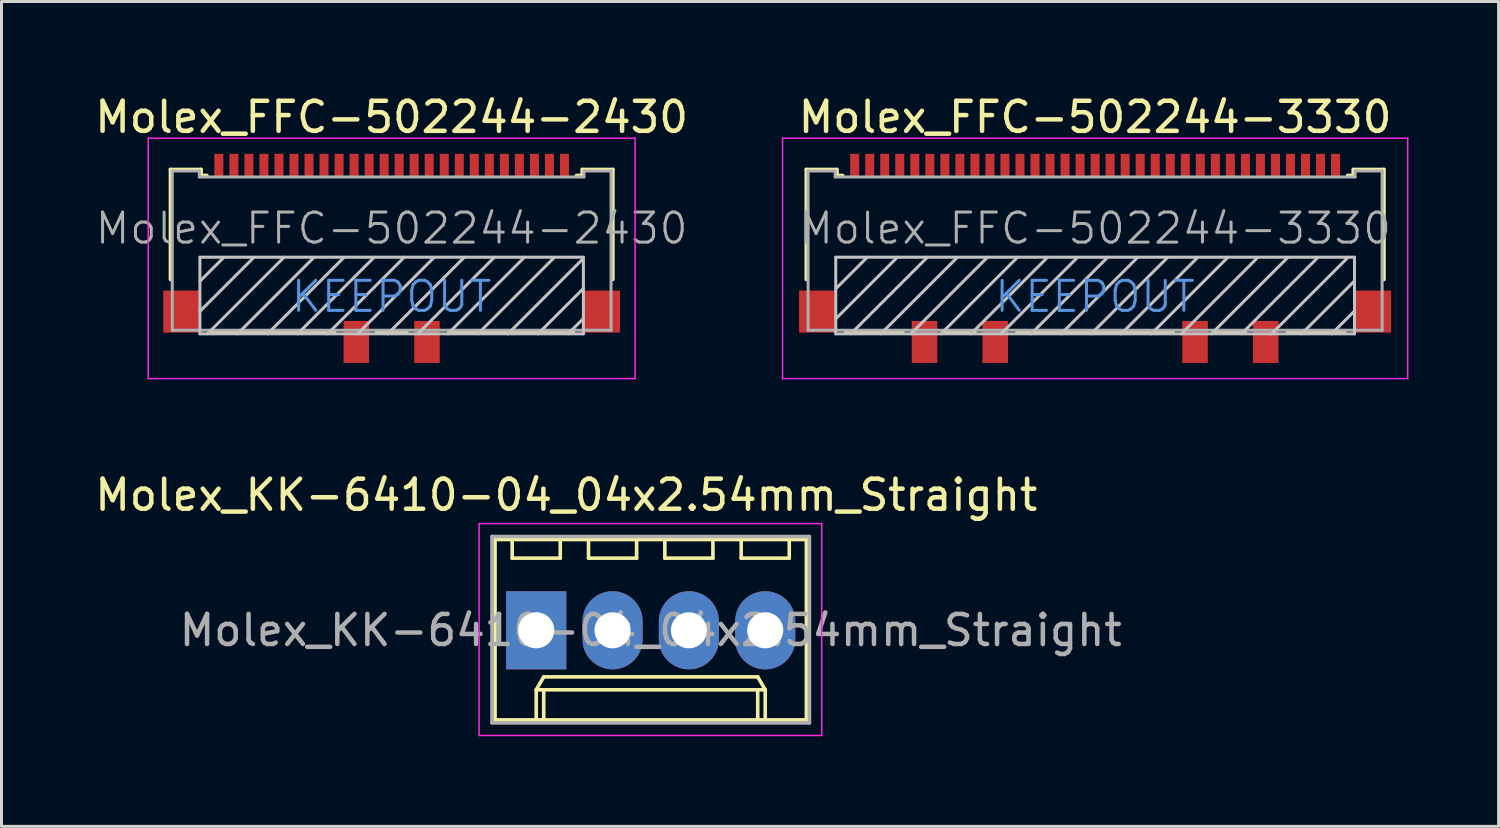
<source format=kicad_pcb>
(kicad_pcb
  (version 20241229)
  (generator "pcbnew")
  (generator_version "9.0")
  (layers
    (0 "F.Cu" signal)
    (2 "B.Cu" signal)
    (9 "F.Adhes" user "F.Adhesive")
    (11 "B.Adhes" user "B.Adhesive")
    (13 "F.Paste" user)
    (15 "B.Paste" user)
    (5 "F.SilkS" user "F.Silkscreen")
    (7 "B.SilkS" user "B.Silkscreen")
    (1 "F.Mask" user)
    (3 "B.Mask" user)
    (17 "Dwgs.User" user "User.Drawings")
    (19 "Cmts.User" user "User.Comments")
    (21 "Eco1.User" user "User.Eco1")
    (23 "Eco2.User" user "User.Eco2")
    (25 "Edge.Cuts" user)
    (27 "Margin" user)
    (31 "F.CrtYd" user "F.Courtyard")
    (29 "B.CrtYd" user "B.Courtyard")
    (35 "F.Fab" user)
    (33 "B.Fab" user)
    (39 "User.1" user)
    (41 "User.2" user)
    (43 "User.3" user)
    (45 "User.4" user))
  (footprint "Molex_FFC-502244-2430"
    (layer "F.Cu")
    (at 9.982 5.548)
    (property "Reference" "Molex_FFC-502244-2430" (at 0 -4.7 0) (layer "F.SilkS") (effects (font (size 1 1) (thickness 0.15))))
    (attr smd)
    (fp_line (start -7.36 -2.96) (end -6.35 -2.96) (stroke (width 0.12) (type solid)) (layer "F.SilkS"))
    (fp_line (start -7.36 0.7) (end -7.36 -2.96) (stroke (width 0.12) (type solid)) (layer "F.SilkS"))
    (fp_line (start -6.34 -2.76) (end -6.34 -2.96) (stroke (width 0.12) (type solid)) (layer "F.SilkS"))
    (fp_line (start -6.34 -2.76) (end -6.15 -2.76) (stroke (width 0.12) (type solid)) (layer "F.SilkS"))
    (fp_line (start -6.05 2.45) (end -1.9 2.45) (stroke (width 0.12) (type solid)) (layer "F.SilkS"))
    (fp_line (start -0.5 2.45) (end 0.5 2.45) (stroke (width 0.12) (type solid)) (layer "F.SilkS"))
    (fp_line (start 1.9 2.45) (end 6.05 2.45) (stroke (width 0.12) (type solid)) (layer "F.SilkS"))
    (fp_line (start 6.34 -2.96) (end 6.34 -2.76) (stroke (width 0.12) (type solid)) (layer "F.SilkS"))
    (fp_line (start 6.34 -2.76) (end 6.15 -2.76) (stroke (width 0.12) (type solid)) (layer "F.SilkS"))
    (fp_line (start 6.35 -2.96) (end 7.36 -2.96) (stroke (width 0.12) (type solid)) (layer "F.SilkS"))
    (fp_line (start 7.36 -2.96) (end 7.36 0.7) (stroke (width 0.12) (type solid)) (layer "F.SilkS"))
    (fp_line (start -6.38 -0.04) (end 6.38 -0.04) (stroke (width 0.1) (type solid)) (layer "Dwgs.User"))
    (fp_line (start -6.38 0.76) (end -5.58 -0.04) (stroke (width 0.1) (type solid)) (layer "Dwgs.User"))
    (fp_line (start -6.38 1.76) (end -4.58 -0.04) (stroke (width 0.1) (type solid)) (layer "Dwgs.User"))
    (fp_line (start -6.38 2.51) (end -6.38 -0.04) (stroke (width 0.1) (type solid)) (layer "Dwgs.User"))
    (fp_line (start -6.13 2.51) (end -3.58 -0.04) (stroke (width 0.1) (type solid)) (layer "Dwgs.User"))
    (fp_line (start -5.13 2.51) (end -2.58 -0.04) (stroke (width 0.1) (type solid)) (layer "Dwgs.User"))
    (fp_line (start -4.13 2.51) (end -1.58 -0.04) (stroke (width 0.1) (type solid)) (layer "Dwgs.User"))
    (fp_line (start -3.13 2.51) (end -0.58 -0.04) (stroke (width 0.1) (type solid)) (layer "Dwgs.User"))
    (fp_line (start -2.13 2.51) (end 0.42 -0.04) (stroke (width 0.1) (type solid)) (layer "Dwgs.User"))
    (fp_line (start -1.13 2.51) (end 1.42 -0.04) (stroke (width 0.1) (type solid)) (layer "Dwgs.User"))
    (fp_line (start -0.13 2.51) (end 2.42 -0.04) (stroke (width 0.1) (type solid)) (layer "Dwgs.User"))
    (fp_line (start 0.87 2.51) (end 3.42 -0.04) (stroke (width 0.1) (type solid)) (layer "Dwgs.User"))
    (fp_line (start 1.87 2.51) (end 4.42 -0.04) (stroke (width 0.1) (type solid)) (layer "Dwgs.User"))
    (fp_line (start 2.87 2.51) (end 5.42 -0.04) (stroke (width 0.1) (type solid)) (layer "Dwgs.User"))
    (fp_line (start 3.87 2.51) (end 6.38 0) (stroke (width 0.1) (type solid)) (layer "Dwgs.User"))
    (fp_line (start 4.87 2.51) (end 6.38 1) (stroke (width 0.1) (type solid)) (layer "Dwgs.User"))
    (fp_line (start 5.87 2.51) (end 6.38 2) (stroke (width 0.1) (type solid)) (layer "Dwgs.User"))
    (fp_line (start 6.38 -0.04) (end 6.38 2.51) (stroke (width 0.1) (type solid)) (layer "Dwgs.User"))
    (fp_line (start 6.38 2.51) (end -6.38 2.51) (stroke (width 0.1) (type solid)) (layer "Dwgs.User"))
    (fp_line (start -8.1 -4) (end 8.1 -4) (stroke (width 0.05) (type solid)) (layer "F.CrtYd"))
    (fp_line (start -8.1 4) (end -8.1 -4) (stroke (width 0.05) (type solid)) (layer "F.CrtYd"))
    (fp_line (start 8.1 -4) (end 8.1 4) (stroke (width 0.05) (type solid)) (layer "F.CrtYd"))
    (fp_line (start 8.1 4) (end -8.1 4) (stroke (width 0.05) (type solid)) (layer "F.CrtYd"))
    (fp_line (start -7.3 -2.91) (end -7.3 2.39) (stroke (width 0.1) (type solid)) (layer "F.Fab"))
    (fp_line (start -7.3 2.39) (end 7.3 2.39) (stroke (width 0.1) (type solid)) (layer "F.Fab"))
    (fp_line (start -6.4 -2.91) (end -7.3 -2.91) (stroke (width 0.1) (type solid)) (layer "F.Fab"))
    (fp_line (start -6.4 -2.71) (end -6.4 -2.91) (stroke (width 0.1) (type solid)) (layer "F.Fab"))
    (fp_line (start 6.4 -2.91) (end 6.4 -2.71) (stroke (width 0.1) (type solid)) (layer "F.Fab"))
    (fp_line (start 6.4 -2.71) (end -6.4 -2.71) (stroke (width 0.1) (type solid)) (layer "F.Fab"))
    (fp_line (start 7.3 -2.91) (end 6.4 -2.91) (stroke (width 0.1) (type solid)) (layer "F.Fab"))
    (fp_line (start 7.3 -2.91) (end 7.3 2.39) (stroke (width 0.1) (type solid)) (layer "F.Fab"))
    (fp_text user "KEEPOUT" (at 0 1.271 0) (layer "Cmts.User") (effects (font (size 1 1) (thickness 0.1))))
    (fp_text user "${REFERENCE}" (at 0 -1 0) (layer "F.Fab") (effects (font (size 1 1) (thickness 0.1))))
    (pad "1" smd rect (at -5.75 -3.08) (size 0.3 0.8) (layers "F.Cu" "F.Mask" "F.Paste"))
    (pad "2" smd rect (at -5.25 -3.08) (size 0.3 0.8) (layers "F.Cu" "F.Mask" "F.Paste"))
    (pad "3" smd rect (at -4.75 -3.08) (size 0.3 0.8) (layers "F.Cu" "F.Mask" "F.Paste"))
    (pad "4" smd rect (at -4.25 -3.08) (size 0.3 0.8) (layers "F.Cu" "F.Mask" "F.Paste"))
    (pad "5" smd rect (at -3.75 -3.08) (size 0.3 0.8) (layers "F.Cu" "F.Mask" "F.Paste"))
    (pad "6" smd rect (at -3.25 -3.08) (size 0.3 0.8) (layers "F.Cu" "F.Mask" "F.Paste"))
    (pad "7" smd rect (at -2.75 -3.08) (size 0.3 0.8) (layers "F.Cu" "F.Mask" "F.Paste"))
    (pad "8" smd rect (at -2.25 -3.08) (size 0.3 0.8) (layers "F.Cu" "F.Mask" "F.Paste"))
    (pad "9" smd rect (at -1.75 -3.08) (size 0.3 0.8) (layers "F.Cu" "F.Mask" "F.Paste"))
    (pad "10" smd rect (at -1.25 -3.08) (size 0.3 0.8) (layers "F.Cu" "F.Mask" "F.Paste"))
    (pad "11" smd rect (at -0.75 -3.08) (size 0.3 0.8) (layers "F.Cu" "F.Mask" "F.Paste"))
    (pad "12" smd rect (at -0.25 -3.08) (size 0.3 0.8) (layers "F.Cu" "F.Mask" "F.Paste"))
    (pad "13" smd rect (at 0.25 -3.08) (size 0.3 0.8) (layers "F.Cu" "F.Mask" "F.Paste"))
    (pad "14" smd rect (at 0.75 -3.08) (size 0.3 0.8) (layers "F.Cu" "F.Mask" "F.Paste"))
    (pad "15" smd rect (at 1.25 -3.08) (size 0.3 0.8) (layers "F.Cu" "F.Mask" "F.Paste"))
    (pad "16" smd rect (at 1.75 -3.08) (size 0.3 0.8) (layers "F.Cu" "F.Mask" "F.Paste"))
    (pad "17" smd rect (at 2.25 -3.08) (size 0.3 0.8) (layers "F.Cu" "F.Mask" "F.Paste"))
    (pad "18" smd rect (at 2.75 -3.08) (size 0.3 0.8) (layers "F.Cu" "F.Mask" "F.Paste"))
    (pad "19" smd rect (at 3.25 -3.08) (size 0.3 0.8) (layers "F.Cu" "F.Mask" "F.Paste"))
    (pad "20" smd rect (at 3.75 -3.08) (size 0.3 0.8) (layers "F.Cu" "F.Mask" "F.Paste"))
    (pad "21" smd rect (at 4.25 -3.08) (size 0.3 0.8) (layers "F.Cu" "F.Mask" "F.Paste"))
    (pad "22" smd rect (at 4.75 -3.08) (size 0.3 0.8) (layers "F.Cu" "F.Mask" "F.Paste"))
    (pad "23" smd rect (at 5.25 -3.08) (size 0.3 0.8) (layers "F.Cu" "F.Mask" "F.Paste"))
    (pad "24" smd rect (at 5.75 -3.08) (size 0.3 0.8) (layers "F.Cu" "F.Mask" "F.Paste"))
    (pad "25" smd rect (at -6.99 1.77) (size 1.22 1.4) (layers "F.Cu" "F.Mask" "F.Paste"))
    (pad "25" smd rect (at -1.175 2.78) (size 0.85 1.4) (layers "F.Cu" "F.Mask" "F.Paste"))
    (pad "25" smd rect (at 1.175 2.78) (size 0.85 1.4) (layers "F.Cu" "F.Mask" "F.Paste"))
    (pad "25" smd rect (at 6.99 1.77) (size 1.22 1.4) (layers "F.Cu" "F.Mask" "F.Paste")))
  (footprint "Molex_KK-6410-04_04x2.54mm_Straight"
    (layer "F.Cu")
    (at 14.792 17.922)
    (property "Reference" "Molex_KK-6410-04_04x2.54mm_Straight" (at 1 -4.5 0) (layer "F.SilkS") (effects (font (size 1 1) (thickness 0.15))))
    (attr through_hole)
    (fp_line (start -1.37 -3.02) (end -1.37 2.98) (stroke (width 0.12) (type solid)) (layer "F.SilkS"))
    (fp_line (start -1.37 2.98) (end 8.99 2.98) (stroke (width 0.12) (type solid)) (layer "F.SilkS"))
    (fp_line (start -0.8 -3.02) (end -0.8 -2.4) (stroke (width 0.12) (type solid)) (layer "F.SilkS"))
    (fp_line (start -0.8 -2.4) (end 0.8 -2.4) (stroke (width 0.12) (type solid)) (layer "F.SilkS"))
    (fp_line (start 0 1.98) (end 0.25 1.55) (stroke (width 0.12) (type solid)) (layer "F.SilkS"))
    (fp_line (start 0 1.98) (end 7.62 1.98) (stroke (width 0.12) (type solid)) (layer "F.SilkS"))
    (fp_line (start 0 2.98) (end 0 1.98) (stroke (width 0.12) (type solid)) (layer "F.SilkS"))
    (fp_line (start 0.25 1.55) (end 7.37 1.55) (stroke (width 0.12) (type solid)) (layer "F.SilkS"))
    (fp_line (start 0.25 2.98) (end 0.25 1.98) (stroke (width 0.12) (type solid)) (layer "F.SilkS"))
    (fp_line (start 0.8 -2.4) (end 0.8 -3.02) (stroke (width 0.12) (type solid)) (layer "F.SilkS"))
    (fp_line (start 1.74 -3.02) (end 1.74 -2.4) (stroke (width 0.12) (type solid)) (layer "F.SilkS"))
    (fp_line (start 1.74 -2.4) (end 3.34 -2.4) (stroke (width 0.12) (type solid)) (layer "F.SilkS"))
    (fp_line (start 3.34 -2.4) (end 3.34 -3.02) (stroke (width 0.12) (type solid)) (layer "F.SilkS"))
    (fp_line (start 4.28 -3.02) (end 4.28 -2.4) (stroke (width 0.12) (type solid)) (layer "F.SilkS"))
    (fp_line (start 4.28 -2.4) (end 5.88 -2.4) (stroke (width 0.12) (type solid)) (layer "F.SilkS"))
    (fp_line (start 5.88 -2.4) (end 5.88 -3.02) (stroke (width 0.12) (type solid)) (layer "F.SilkS"))
    (fp_line (start 6.82 -3.02) (end 6.82 -2.4) (stroke (width 0.12) (type solid)) (layer "F.SilkS"))
    (fp_line (start 6.82 -2.4) (end 8.42 -2.4) (stroke (width 0.12) (type solid)) (layer "F.SilkS"))
    (fp_line (start 7.37 1.55) (end 7.62 1.98) (stroke (width 0.12) (type solid)) (layer "F.SilkS"))
    (fp_line (start 7.37 2.98) (end 7.37 1.98) (stroke (width 0.12) (type solid)) (layer "F.SilkS"))
    (fp_line (start 7.62 1.98) (end 7.62 2.98) (stroke (width 0.12) (type solid)) (layer "F.SilkS"))
    (fp_line (start 8.42 -2.4) (end 8.42 -3.02) (stroke (width 0.12) (type solid)) (layer "F.SilkS"))
    (fp_line (start 8.99 -3.02) (end -1.37 -3.02) (stroke (width 0.12) (type solid)) (layer "F.SilkS"))
    (fp_line (start 8.99 2.98) (end 8.99 -3.02) (stroke (width 0.12) (type solid)) (layer "F.SilkS"))
    (fp_line (start -1.9 -3.55) (end 9.5 -3.55) (stroke (width 0.05) (type solid)) (layer "F.CrtYd"))
    (fp_line (start -1.9 3.5) (end -1.9 -3.55) (stroke (width 0.05) (type solid)) (layer "F.CrtYd"))
    (fp_line (start 9.5 -3.55) (end 9.5 3.5) (stroke (width 0.05) (type solid)) (layer "F.CrtYd"))
    (fp_line (start 9.5 3.5) (end -1.9 3.5) (stroke (width 0.05) (type solid)) (layer "F.CrtYd"))
    (fp_line (start -1.47 -3.12) (end -1.47 3.08) (stroke (width 0.12) (type solid)) (layer "F.Fab"))
    (fp_line (start -1.47 3.08) (end 9.09 3.08) (stroke (width 0.12) (type solid)) (layer "F.Fab"))
    (fp_line (start 9.09 -3.12) (end -1.47 -3.12) (stroke (width 0.12) (type solid)) (layer "F.Fab"))
    (fp_line (start 9.09 3.08) (end 9.09 -3.12) (stroke (width 0.12) (type solid)) (layer "F.Fab"))
    (fp_text user "${REFERENCE}" (at 3.81 0 0) (layer "F.Fab") (effects (font (size 1 1) (thickness 0.15))))
    (pad "1" thru_hole rect (at 0 0) (size 2 2.6) (drill 1.2) (layers "*.Cu" "*.Mask"))
    (pad "2" thru_hole oval (at 2.54 0) (size 2 2.6) (drill 1.2) (layers "*.Cu" "*.Mask"))
    (pad "3" thru_hole oval (at 5.08 0) (size 2 2.6) (drill 1.2) (layers "*.Cu" "*.Mask"))
    (pad "4" thru_hole oval (at 7.62 0) (size 2 2.6) (drill 1.2) (layers "*.Cu" "*.Mask")))
  (footprint "Molex_FFC-502244-3330"
    (layer "F.Cu")
    (at 33.389 5.548)
    (property "Reference" "Molex_FFC-502244-3330" (at 0 -4.7 0) (layer "F.SilkS") (effects (font (size 1 1) (thickness 0.15))))
    (attr smd)
    (fp_line (start -9.61 -2.96) (end -8.6 -2.96) (stroke (width 0.12) (type solid)) (layer "F.SilkS"))
    (fp_line (start -9.61 0.7) (end -9.61 -2.96) (stroke (width 0.12) (type solid)) (layer "F.SilkS"))
    (fp_line (start -8.59 -2.76) (end -8.59 -2.96) (stroke (width 0.12) (type solid)) (layer "F.SilkS"))
    (fp_line (start -8.59 -2.76) (end -8.4 -2.76) (stroke (width 0.12) (type solid)) (layer "F.SilkS"))
    (fp_line (start -8.3 2.45) (end -6.4 2.45) (stroke (width 0.12) (type solid)) (layer "F.SilkS"))
    (fp_line (start -4 2.45) (end -5 2.45) (stroke (width 0.12) (type solid)) (layer "F.SilkS"))
    (fp_line (start -2.6 2.45) (end 2.6 2.45) (stroke (width 0.12) (type solid)) (layer "F.SilkS"))
    (fp_line (start 4 2.45) (end 5 2.45) (stroke (width 0.12) (type solid)) (layer "F.SilkS"))
    (fp_line (start 6.4 2.45) (end 8.3 2.45) (stroke (width 0.12) (type solid)) (layer "F.SilkS"))
    (fp_line (start 8.59 -2.96) (end 8.59 -2.76) (stroke (width 0.12) (type solid)) (layer "F.SilkS"))
    (fp_line (start 8.59 -2.76) (end 8.4 -2.76) (stroke (width 0.12) (type solid)) (layer "F.SilkS"))
    (fp_line (start 8.6 -2.96) (end 9.61 -2.96) (stroke (width 0.12) (type solid)) (layer "F.SilkS"))
    (fp_line (start 9.61 -2.96) (end 9.61 0.7) (stroke (width 0.12) (type solid)) (layer "F.SilkS"))
    (fp_line (start -8.63 -0.04) (end -8.63 2.51) (stroke (width 0.1) (type solid)) (layer "Dwgs.User"))
    (fp_line (start -8.63 1.01) (end -7.58 -0.04) (stroke (width 0.1) (type solid)) (layer "Dwgs.User"))
    (fp_line (start -8.63 2.01) (end -6.58 -0.04) (stroke (width 0.1) (type solid)) (layer "Dwgs.User"))
    (fp_line (start -8.63 2.51) (end 8.63 2.51) (stroke (width 0.1) (type solid)) (layer "Dwgs.User"))
    (fp_line (start -8.13 2.51) (end -5.58 -0.04) (stroke (width 0.1) (type solid)) (layer "Dwgs.User"))
    (fp_line (start -7.13 2.51) (end -4.58 -0.04) (stroke (width 0.1) (type solid)) (layer "Dwgs.User"))
    (fp_line (start -6.13 2.51) (end -3.58 -0.04) (stroke (width 0.1) (type solid)) (layer "Dwgs.User"))
    (fp_line (start -5.13 2.51) (end -2.58 -0.04) (stroke (width 0.1) (type solid)) (layer "Dwgs.User"))
    (fp_line (start -4.13 2.51) (end -1.58 -0.04) (stroke (width 0.1) (type solid)) (layer "Dwgs.User"))
    (fp_line (start -3.13 2.51) (end -0.58 -0.04) (stroke (width 0.1) (type solid)) (layer "Dwgs.User"))
    (fp_line (start -2.13 2.51) (end 0.42 -0.04) (stroke (width 0.1) (type solid)) (layer "Dwgs.User"))
    (fp_line (start -1.13 2.51) (end 1.42 -0.04) (stroke (width 0.1) (type solid)) (layer "Dwgs.User"))
    (fp_line (start -0.13 2.51) (end 2.42 -0.04) (stroke (width 0.1) (type solid)) (layer "Dwgs.User"))
    (fp_line (start 0.87 2.51) (end 3.42 -0.04) (stroke (width 0.1) (type solid)) (layer "Dwgs.User"))
    (fp_line (start 1.87 2.51) (end 4.42 -0.04) (stroke (width 0.1) (type solid)) (layer "Dwgs.User"))
    (fp_line (start 2.87 2.51) (end 5.42 -0.04) (stroke (width 0.1) (type solid)) (layer "Dwgs.User"))
    (fp_line (start 3.87 2.51) (end 6.42 -0.04) (stroke (width 0.1) (type solid)) (layer "Dwgs.User"))
    (fp_line (start 4.87 2.51) (end 7.42 -0.04) (stroke (width 0.1) (type solid)) (layer "Dwgs.User"))
    (fp_line (start 5.87 2.51) (end 8.42 -0.04) (stroke (width 0.1) (type solid)) (layer "Dwgs.User"))
    (fp_line (start 6.87 2.51) (end 8.63 0.75) (stroke (width 0.1) (type solid)) (layer "Dwgs.User"))
    (fp_line (start 7.87 2.51) (end 8.63 1.75) (stroke (width 0.1) (type solid)) (layer "Dwgs.User"))
    (fp_line (start 8.63 -0.04) (end -8.63 -0.04) (stroke (width 0.1) (type solid)) (layer "Dwgs.User"))
    (fp_line (start 8.63 -0.04) (end 8.63 2.51) (stroke (width 0.1) (type solid)) (layer "Dwgs.User"))
    (fp_line (start -10.4 -4) (end 10.4 -4) (stroke (width 0.05) (type solid)) (layer "F.CrtYd"))
    (fp_line (start -10.4 4) (end -10.4 -4) (stroke (width 0.05) (type solid)) (layer "F.CrtYd"))
    (fp_line (start 10.4 -4) (end 10.4 4) (stroke (width 0.05) (type solid)) (layer "F.CrtYd"))
    (fp_line (start 10.4 4) (end -10.4 4) (stroke (width 0.05) (type solid)) (layer "F.CrtYd"))
    (fp_line (start -9.55 -2.91) (end -9.55 2.39) (stroke (width 0.1) (type solid)) (layer "F.Fab"))
    (fp_line (start -9.55 2.39) (end 9.55 2.39) (stroke (width 0.1) (type solid)) (layer "F.Fab"))
    (fp_line (start -8.65 -2.91) (end -9.55 -2.91) (stroke (width 0.1) (type solid)) (layer "F.Fab"))
    (fp_line (start -8.65 -2.71) (end -8.65 -2.91) (stroke (width 0.1) (type solid)) (layer "F.Fab"))
    (fp_line (start 8.65 -2.91) (end 8.65 -2.71) (stroke (width 0.1) (type solid)) (layer "F.Fab"))
    (fp_line (start 8.65 -2.71) (end -8.65 -2.71) (stroke (width 0.1) (type solid)) (layer "F.Fab"))
    (fp_line (start 9.55 -2.91) (end 8.65 -2.91) (stroke (width 0.1) (type solid)) (layer "F.Fab"))
    (fp_line (start 9.55 -2.91) (end 9.55 2.39) (stroke (width 0.1) (type solid)) (layer "F.Fab"))
    (fp_text user "KEEPOUT" (at 0 1.271 0) (layer "Cmts.User") (effects (font (size 1 1) (thickness 0.1))))
    (fp_text user "${REFERENCE}" (at 0 -1 0) (layer "F.Fab") (effects (font (size 1 1) (thickness 0.1))))
    (pad "1" smd rect (at -8 -3.08) (size 0.3 0.8) (layers "F.Cu" "F.Mask" "F.Paste"))
    (pad "2" smd rect (at -7.5 -3.08) (size 0.3 0.8) (layers "F.Cu" "F.Mask" "F.Paste"))
    (pad "3" smd rect (at -7 -3.08) (size 0.3 0.8) (layers "F.Cu" "F.Mask" "F.Paste"))
    (pad "4" smd rect (at -6.5 -3.08) (size 0.3 0.8) (layers "F.Cu" "F.Mask" "F.Paste"))
    (pad "5" smd rect (at -6 -3.08) (size 0.3 0.8) (layers "F.Cu" "F.Mask" "F.Paste"))
    (pad "6" smd rect (at -5.5 -3.08) (size 0.3 0.8) (layers "F.Cu" "F.Mask" "F.Paste"))
    (pad "7" smd rect (at -5 -3.08) (size 0.3 0.8) (layers "F.Cu" "F.Mask" "F.Paste"))
    (pad "8" smd rect (at -4.5 -3.08) (size 0.3 0.8) (layers "F.Cu" "F.Mask" "F.Paste"))
    (pad "9" smd rect (at -4 -3.08) (size 0.3 0.8) (layers "F.Cu" "F.Mask" "F.Paste"))
    (pad "10" smd rect (at -3.5 -3.08) (size 0.3 0.8) (layers "F.Cu" "F.Mask" "F.Paste"))
    (pad "11" smd rect (at -3 -3.08) (size 0.3 0.8) (layers "F.Cu" "F.Mask" "F.Paste"))
    (pad "12" smd rect (at -2.5 -3.08) (size 0.3 0.8) (layers "F.Cu" "F.Mask" "F.Paste"))
    (pad "13" smd rect (at -2 -3.08) (size 0.3 0.8) (layers "F.Cu" "F.Mask" "F.Paste"))
    (pad "14" smd rect (at -1.5 -3.08) (size 0.3 0.8) (layers "F.Cu" "F.Mask" "F.Paste"))
    (pad "15" smd rect (at -1 -3.08) (size 0.3 0.8) (layers "F.Cu" "F.Mask" "F.Paste"))
    (pad "16" smd rect (at -0.5 -3.08) (size 0.3 0.8) (layers "F.Cu" "F.Mask" "F.Paste"))
    (pad "17" smd rect (at 0 -3.08) (size 0.3 0.8) (layers "F.Cu" "F.Mask" "F.Paste"))
    (pad "18" smd rect (at 0.5 -3.08) (size 0.3 0.8) (layers "F.Cu" "F.Mask" "F.Paste"))
    (pad "19" smd rect (at 1 -3.08) (size 0.3 0.8) (layers "F.Cu" "F.Mask" "F.Paste"))
    (pad "20" smd rect (at 1.5 -3.08) (size 0.3 0.8) (layers "F.Cu" "F.Mask" "F.Paste"))
    (pad "21" smd rect (at 2 -3.08) (size 0.3 0.8) (layers "F.Cu" "F.Mask" "F.Paste"))
    (pad "22" smd rect (at 2.5 -3.08) (size 0.3 0.8) (layers "F.Cu" "F.Mask" "F.Paste"))
    (pad "23" smd rect (at 3 -3.08) (size 0.3 0.8) (layers "F.Cu" "F.Mask" "F.Paste"))
    (pad "24" smd rect (at 3.5 -3.08) (size 0.3 0.8) (layers "F.Cu" "F.Mask" "F.Paste"))
    (pad "25" smd rect (at 4 -3.08) (size 0.3 0.8) (layers "F.Cu" "F.Mask" "F.Paste"))
    (pad "26" smd rect (at 4.5 -3.08) (size 0.3 0.8) (layers "F.Cu" "F.Mask" "F.Paste"))
    (pad "27" smd rect (at 5 -3.08) (size 0.3 0.8) (layers "F.Cu" "F.Mask" "F.Paste"))
    (pad "28" smd rect (at 5.5 -3.08) (size 0.3 0.8) (layers "F.Cu" "F.Mask" "F.Paste"))
    (pad "29" smd rect (at 6 -3.08) (size 0.3 0.8) (layers "F.Cu" "F.Mask" "F.Paste"))
    (pad "30" smd rect (at 6.5 -3.08) (size 0.3 0.8) (layers "F.Cu" "F.Mask" "F.Paste"))
    (pad "31" smd rect (at 7 -3.08) (size 0.3 0.8) (layers "F.Cu" "F.Mask" "F.Paste"))
    (pad "32" smd rect (at 7.5 -3.08) (size 0.3 0.8) (layers "F.Cu" "F.Mask" "F.Paste"))
    (pad "33" smd rect (at 8 -3.08) (size 0.3 0.8) (layers "F.Cu" "F.Mask" "F.Paste"))
    (pad "34" smd rect (at -9.24 1.77) (size 1.22 1.4) (layers "F.Cu" "F.Mask" "F.Paste"))
    (pad "34" smd rect (at -5.675 2.78) (size 0.85 1.4) (layers "F.Cu" "F.Mask" "F.Paste"))
    (pad "34" smd rect (at -3.325 2.78) (size 0.85 1.4) (layers "F.Cu" "F.Mask" "F.Paste"))
    (pad "34" smd rect (at 3.325 2.78) (size 0.85 1.4) (layers "F.Cu" "F.Mask" "F.Paste"))
    (pad "34" smd rect (at 5.675 2.78) (size 0.85 1.4) (layers "F.Cu" "F.Mask" "F.Paste"))
    (pad "34" smd rect (at 9.24 1.77) (size 1.22 1.4) (layers "F.Cu" "F.Mask" "F.Paste")))
  (gr_rect
    (start -3 -3)
    (end 46.814 24.447)
    (stroke (width 0.1) (type default))
    (fill no)
    (layer "Edge.Cuts")))
</source>
